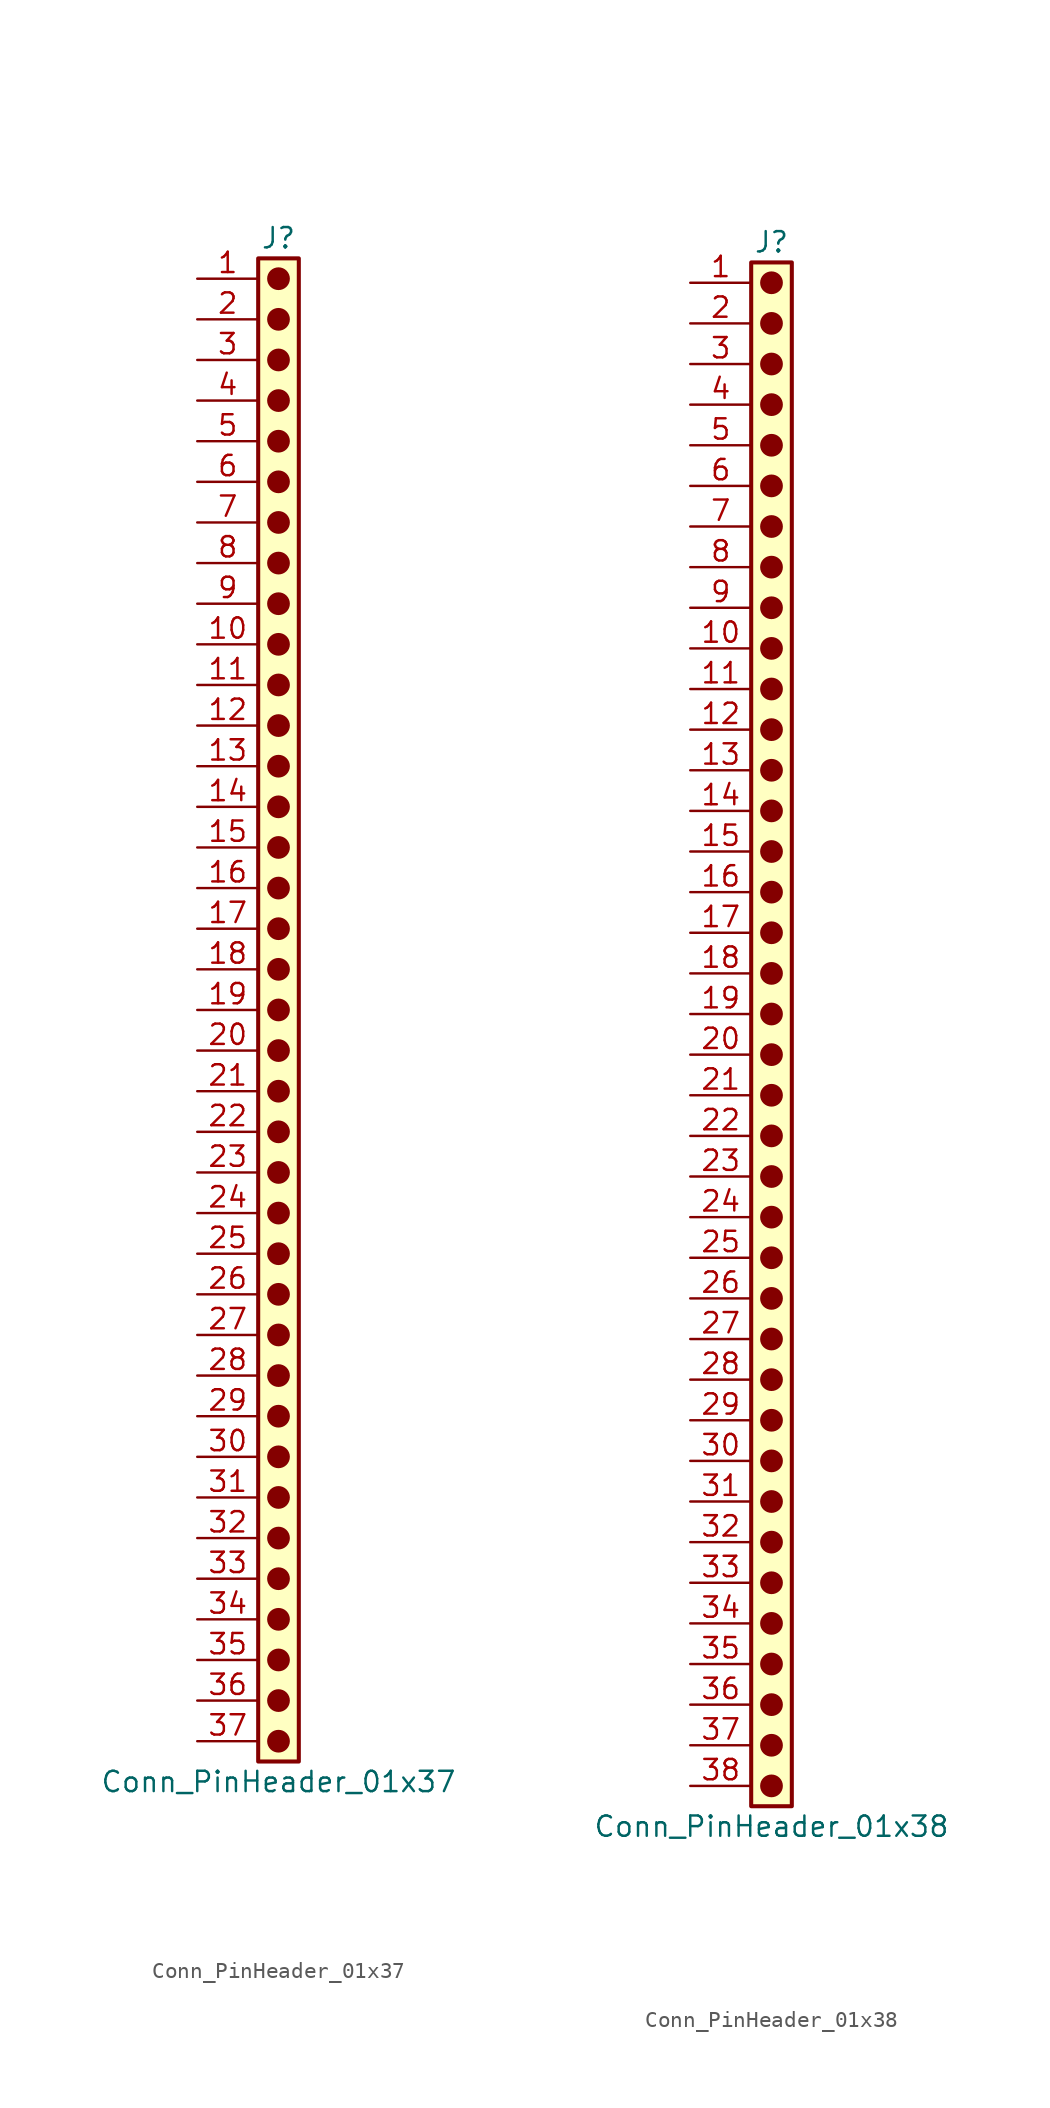
<source format=kicad_sym>
(kicad_symbol_lib
  (version 20241209)
  (generator "kicad_symbol_editor")
  (generator_version "9.0")
  (symbol "Conn_PinHeader_01x37"
    (pin_names
      (offset 1.016)
      (hide yes))
    (property "Reference" "J"
      (at 0 48.26 0)
      (effects (font (size 1.27 1.27))))
    (property "Value" "Conn_PinHeader_01x37"
      (at 0 -48.26 0)
      (effects (font (size 1.27 1.27))))
    (symbol "Conn_PinHeader_01x37_1_1"
      (rectangle (start -1.27 46.99) (end 1.27 -46.99) (stroke (width 0.254) (type default)) (fill (type background)))
      (circle (center 0 45.72) (radius 0.635) (stroke (width 0) (type solid) (color 132 0 0 1)) (fill (type outline)))
      (circle (center 0 43.18) (radius 0.635) (stroke (width 0) (type solid) (color 132 0 0 1)) (fill (type outline)))
      (circle (center 0 40.64) (radius 0.635) (stroke (width 0) (type solid) (color 132 0 0 1)) (fill (type outline)))
      (circle (center 0 38.1) (radius 0.635) (stroke (width 0) (type solid) (color 132 0 0 1)) (fill (type outline)))
      (circle (center 0 35.56) (radius 0.635) (stroke (width 0) (type solid) (color 132 0 0 1)) (fill (type outline)))
      (circle (center 0 33.02) (radius 0.635) (stroke (width 0) (type solid) (color 132 0 0 1)) (fill (type outline)))
      (circle (center 0 30.48) (radius 0.635) (stroke (width 0) (type solid) (color 132 0 0 1)) (fill (type outline)))
      (circle (center 0 27.94) (radius 0.635) (stroke (width 0) (type solid) (color 132 0 0 1)) (fill (type outline)))
      (circle (center 0 25.4) (radius 0.635) (stroke (width 0) (type solid) (color 132 0 0 1)) (fill (type outline)))
      (circle (center 0 22.86) (radius 0.635) (stroke (width 0) (type solid) (color 132 0 0 1)) (fill (type outline)))
      (circle (center 0 20.32) (radius 0.635) (stroke (width 0) (type solid) (color 132 0 0 1)) (fill (type outline)))
      (circle (center 0 17.78) (radius 0.635) (stroke (width 0) (type solid) (color 132 0 0 1)) (fill (type outline)))
      (circle (center 0 15.24) (radius 0.635) (stroke (width 0) (type solid) (color 132 0 0 1)) (fill (type outline)))
      (circle (center 0 12.7) (radius 0.635) (stroke (width 0) (type solid) (color 132 0 0 1)) (fill (type outline)))
      (circle (center 0 10.16) (radius 0.635) (stroke (width 0) (type solid) (color 132 0 0 1)) (fill (type outline)))
      (circle (center 0 7.62) (radius 0.635) (stroke (width 0) (type solid) (color 132 0 0 1)) (fill (type outline)))
      (circle (center 0 5.08) (radius 0.635) (stroke (width 0) (type solid) (color 132 0 0 1)) (fill (type outline)))
      (circle (center 0 2.54) (radius 0.635) (stroke (width 0) (type solid) (color 132 0 0 1)) (fill (type outline)))
      (circle (center 0 0) (radius 0.635) (stroke (width 0) (type solid) (color 132 0 0 1)) (fill (type outline)))
      (circle (center 0 -2.54) (radius 0.635) (stroke (width 0) (type solid) (color 132 0 0 1)) (fill (type outline)))
      (circle (center 0 -5.08) (radius 0.635) (stroke (width 0) (type solid) (color 132 0 0 1)) (fill (type outline)))
      (circle (center 0 -7.62) (radius 0.635) (stroke (width 0) (type solid) (color 132 0 0 1)) (fill (type outline)))
      (circle (center 0 -10.16) (radius 0.635) (stroke (width 0) (type solid) (color 132 0 0 1)) (fill (type outline)))
      (circle (center 0 -12.7) (radius 0.635) (stroke (width 0) (type solid) (color 132 0 0 1)) (fill (type outline)))
      (circle (center 0 -15.24) (radius 0.635) (stroke (width 0) (type solid) (color 132 0 0 1)) (fill (type outline)))
      (circle (center 0 -17.78) (radius 0.635) (stroke (width 0) (type solid) (color 132 0 0 1)) (fill (type outline)))
      (circle (center 0 -20.32) (radius 0.635) (stroke (width 0) (type solid) (color 132 0 0 1)) (fill (type outline)))
      (circle (center 0 -22.86) (radius 0.635) (stroke (width 0) (type solid) (color 132 0 0 1)) (fill (type outline)))
      (circle (center 0 -25.4) (radius 0.635) (stroke (width 0) (type solid) (color 132 0 0 1)) (fill (type outline)))
      (circle (center 0 -27.94) (radius 0.635) (stroke (width 0) (type solid) (color 132 0 0 1)) (fill (type outline)))
      (circle (center 0 -30.48) (radius 0.635) (stroke (width 0) (type solid) (color 132 0 0 1)) (fill (type outline)))
      (circle (center 0 -33.02) (radius 0.635) (stroke (width 0) (type solid) (color 132 0 0 1)) (fill (type outline)))
      (circle (center 0 -35.56) (radius 0.635) (stroke (width 0) (type solid) (color 132 0 0 1)) (fill (type outline)))
      (circle (center 0 -38.1) (radius 0.635) (stroke (width 0) (type solid) (color 132 0 0 1)) (fill (type outline)))
      (circle (center 0 -40.64) (radius 0.635) (stroke (width 0) (type solid) (color 132 0 0 1)) (fill (type outline)))
      (circle (center 0 -43.18) (radius 0.635) (stroke (width 0) (type solid) (color 132 0 0 1)) (fill (type outline)))
      (circle (center 0 -45.72) (radius 0.635) (stroke (width 0) (type solid) (color 132 0 0 1)) (fill (type outline)))
      (pin passive line (at -5.08 45.72 0) (length 3.81) (name "Pin_1" (effects (font (size 1.27 1.27)))) (number "1" (effects (font (size 1.27 1.27)))))
      (pin passive line (at -5.08 43.18 0) (length 3.81) (name "Pin_2" (effects (font (size 1.27 1.27)))) (number "2" (effects (font (size 1.27 1.27)))))
      (pin passive line (at -5.08 40.64 0) (length 3.81) (name "Pin_3" (effects (font (size 1.27 1.27)))) (number "3" (effects (font (size 1.27 1.27)))))
      (pin passive line (at -5.08 38.1 0) (length 3.81) (name "Pin_4" (effects (font (size 1.27 1.27)))) (number "4" (effects (font (size 1.27 1.27)))))
      (pin passive line (at -5.08 35.56 0) (length 3.81) (name "Pin_5" (effects (font (size 1.27 1.27)))) (number "5" (effects (font (size 1.27 1.27)))))
      (pin passive line (at -5.08 33.02 0) (length 3.81) (name "Pin_6" (effects (font (size 1.27 1.27)))) (number "6" (effects (font (size 1.27 1.27)))))
      (pin passive line (at -5.08 30.48 0) (length 3.81) (name "Pin_7" (effects (font (size 1.27 1.27)))) (number "7" (effects (font (size 1.27 1.27)))))
      (pin passive line (at -5.08 27.94 0) (length 3.81) (name "Pin_8" (effects (font (size 1.27 1.27)))) (number "8" (effects (font (size 1.27 1.27)))))
      (pin passive line (at -5.08 25.4 0) (length 3.81) (name "Pin_9" (effects (font (size 1.27 1.27)))) (number "9" (effects (font (size 1.27 1.27)))))
      (pin passive line (at -5.08 22.86 0) (length 3.81) (name "Pin_10" (effects (font (size 1.27 1.27)))) (number "10" (effects (font (size 1.27 1.27)))))
      (pin passive line (at -5.08 20.32 0) (length 3.81) (name "Pin_11" (effects (font (size 1.27 1.27)))) (number "11" (effects (font (size 1.27 1.27)))))
      (pin passive line (at -5.08 17.78 0) (length 3.81) (name "Pin_12" (effects (font (size 1.27 1.27)))) (number "12" (effects (font (size 1.27 1.27)))))
      (pin passive line (at -5.08 15.24 0) (length 3.81) (name "Pin_13" (effects (font (size 1.27 1.27)))) (number "13" (effects (font (size 1.27 1.27)))))
      (pin passive line (at -5.08 12.7 0) (length 3.81) (name "Pin_14" (effects (font (size 1.27 1.27)))) (number "14" (effects (font (size 1.27 1.27)))))
      (pin passive line (at -5.08 10.16 0) (length 3.81) (name "Pin_15" (effects (font (size 1.27 1.27)))) (number "15" (effects (font (size 1.27 1.27)))))
      (pin passive line (at -5.08 7.62 0) (length 3.81) (name "Pin_16" (effects (font (size 1.27 1.27)))) (number "16" (effects (font (size 1.27 1.27)))))
      (pin passive line (at -5.08 5.08 0) (length 3.81) (name "Pin_17" (effects (font (size 1.27 1.27)))) (number "17" (effects (font (size 1.27 1.27)))))
      (pin passive line (at -5.08 2.54 0) (length 3.81) (name "Pin_18" (effects (font (size 1.27 1.27)))) (number "18" (effects (font (size 1.27 1.27)))))
      (pin passive line (at -5.08 0 0) (length 3.81) (name "Pin_19" (effects (font (size 1.27 1.27)))) (number "19" (effects (font (size 1.27 1.27)))))
      (pin passive line (at -5.08 -2.54 0) (length 3.81) (name "Pin_20" (effects (font (size 1.27 1.27)))) (number "20" (effects (font (size 1.27 1.27)))))
      (pin passive line (at -5.08 -5.08 0) (length 3.81) (name "Pin_21" (effects (font (size 1.27 1.27)))) (number "21" (effects (font (size 1.27 1.27)))))
      (pin passive line (at -5.08 -7.62 0) (length 3.81) (name "Pin_22" (effects (font (size 1.27 1.27)))) (number "22" (effects (font (size 1.27 1.27)))))
      (pin passive line (at -5.08 -10.16 0) (length 3.81) (name "Pin_23" (effects (font (size 1.27 1.27)))) (number "23" (effects (font (size 1.27 1.27)))))
      (pin passive line (at -5.08 -12.7 0) (length 3.81) (name "Pin_24" (effects (font (size 1.27 1.27)))) (number "24" (effects (font (size 1.27 1.27)))))
      (pin passive line (at -5.08 -15.24 0) (length 3.81) (name "Pin_25" (effects (font (size 1.27 1.27)))) (number "25" (effects (font (size 1.27 1.27)))))
      (pin passive line (at -5.08 -17.78 0) (length 3.81) (name "Pin_26" (effects (font (size 1.27 1.27)))) (number "26" (effects (font (size 1.27 1.27)))))
      (pin passive line (at -5.08 -20.32 0) (length 3.81) (name "Pin_27" (effects (font (size 1.27 1.27)))) (number "27" (effects (font (size 1.27 1.27)))))
      (pin passive line (at -5.08 -22.86 0) (length 3.81) (name "Pin_28" (effects (font (size 1.27 1.27)))) (number "28" (effects (font (size 1.27 1.27)))))
      (pin passive line (at -5.08 -25.4 0) (length 3.81) (name "Pin_29" (effects (font (size 1.27 1.27)))) (number "29" (effects (font (size 1.27 1.27)))))
      (pin passive line (at -5.08 -27.94 0) (length 3.81) (name "Pin_30" (effects (font (size 1.27 1.27)))) (number "30" (effects (font (size 1.27 1.27)))))
      (pin passive line (at -5.08 -30.48 0) (length 3.81) (name "Pin_31" (effects (font (size 1.27 1.27)))) (number "31" (effects (font (size 1.27 1.27)))))
      (pin passive line (at -5.08 -33.02 0) (length 3.81) (name "Pin_32" (effects (font (size 1.27 1.27)))) (number "32" (effects (font (size 1.27 1.27)))))
      (pin passive line (at -5.08 -35.56 0) (length 3.81) (name "Pin_33" (effects (font (size 1.27 1.27)))) (number "33" (effects (font (size 1.27 1.27)))))
      (pin passive line (at -5.08 -38.1 0) (length 3.81) (name "Pin_34" (effects (font (size 1.27 1.27)))) (number "34" (effects (font (size 1.27 1.27)))))
      (pin passive line (at -5.08 -40.64 0) (length 3.81) (name "Pin_35" (effects (font (size 1.27 1.27)))) (number "35" (effects (font (size 1.27 1.27)))))
      (pin passive line (at -5.08 -43.18 0) (length 3.81) (name "Pin_36" (effects (font (size 1.27 1.27)))) (number "36" (effects (font (size 1.27 1.27)))))
      (pin passive line (at -5.08 -45.72 0) (length 3.81) (name "Pin_37" (effects (font (size 1.27 1.27)))) (number "37" (effects (font (size 1.27 1.27)))))))
  (symbol "Conn_PinHeader_01x38"
    (pin_names
      (offset 1.016)
      (hide yes))
    (property "Reference" "J"
      (at 0 48.26 0)
      (effects (font (size 1.27 1.27))))
    (property "Value" "Conn_PinHeader_01x38"
      (at 0 -50.8 0)
      (effects (font (size 1.27 1.27))))
    (symbol "Conn_PinHeader_01x38_1_1"
      (rectangle (start -1.27 46.99) (end 1.27 -49.53) (stroke (width 0.254) (type default)) (fill (type background)))
      (circle (center 0 45.72) (radius 0.635) (stroke (width 0) (type solid) (color 132 0 0 1)) (fill (type outline)))
      (circle (center 0 43.18) (radius 0.635) (stroke (width 0) (type solid) (color 132 0 0 1)) (fill (type outline)))
      (circle (center 0 40.64) (radius 0.635) (stroke (width 0) (type solid) (color 132 0 0 1)) (fill (type outline)))
      (circle (center 0 38.1) (radius 0.635) (stroke (width 0) (type solid) (color 132 0 0 1)) (fill (type outline)))
      (circle (center 0 35.56) (radius 0.635) (stroke (width 0) (type solid) (color 132 0 0 1)) (fill (type outline)))
      (circle (center 0 33.02) (radius 0.635) (stroke (width 0) (type solid) (color 132 0 0 1)) (fill (type outline)))
      (circle (center 0 30.48) (radius 0.635) (stroke (width 0) (type solid) (color 132 0 0 1)) (fill (type outline)))
      (circle (center 0 27.94) (radius 0.635) (stroke (width 0) (type solid) (color 132 0 0 1)) (fill (type outline)))
      (circle (center 0 25.4) (radius 0.635) (stroke (width 0) (type solid) (color 132 0 0 1)) (fill (type outline)))
      (circle (center 0 22.86) (radius 0.635) (stroke (width 0) (type solid) (color 132 0 0 1)) (fill (type outline)))
      (circle (center 0 20.32) (radius 0.635) (stroke (width 0) (type solid) (color 132 0 0 1)) (fill (type outline)))
      (circle (center 0 17.78) (radius 0.635) (stroke (width 0) (type solid) (color 132 0 0 1)) (fill (type outline)))
      (circle (center 0 15.24) (radius 0.635) (stroke (width 0) (type solid) (color 132 0 0 1)) (fill (type outline)))
      (circle (center 0 12.7) (radius 0.635) (stroke (width 0) (type solid) (color 132 0 0 1)) (fill (type outline)))
      (circle (center 0 10.16) (radius 0.635) (stroke (width 0) (type solid) (color 132 0 0 1)) (fill (type outline)))
      (circle (center 0 7.62) (radius 0.635) (stroke (width 0) (type solid) (color 132 0 0 1)) (fill (type outline)))
      (circle (center 0 5.08) (radius 0.635) (stroke (width 0) (type solid) (color 132 0 0 1)) (fill (type outline)))
      (circle (center 0 2.54) (radius 0.635) (stroke (width 0) (type solid) (color 132 0 0 1)) (fill (type outline)))
      (circle (center 0 0) (radius 0.635) (stroke (width 0) (type solid) (color 132 0 0 1)) (fill (type outline)))
      (circle (center 0 -2.54) (radius 0.635) (stroke (width 0) (type solid) (color 132 0 0 1)) (fill (type outline)))
      (circle (center 0 -5.08) (radius 0.635) (stroke (width 0) (type solid) (color 132 0 0 1)) (fill (type outline)))
      (circle (center 0 -7.62) (radius 0.635) (stroke (width 0) (type solid) (color 132 0 0 1)) (fill (type outline)))
      (circle (center 0 -10.16) (radius 0.635) (stroke (width 0) (type solid) (color 132 0 0 1)) (fill (type outline)))
      (circle (center 0 -12.7) (radius 0.635) (stroke (width 0) (type solid) (color 132 0 0 1)) (fill (type outline)))
      (circle (center 0 -15.24) (radius 0.635) (stroke (width 0) (type solid) (color 132 0 0 1)) (fill (type outline)))
      (circle (center 0 -17.78) (radius 0.635) (stroke (width 0) (type solid) (color 132 0 0 1)) (fill (type outline)))
      (circle (center 0 -20.32) (radius 0.635) (stroke (width 0) (type solid) (color 132 0 0 1)) (fill (type outline)))
      (circle (center 0 -22.86) (radius 0.635) (stroke (width 0) (type solid) (color 132 0 0 1)) (fill (type outline)))
      (circle (center 0 -25.4) (radius 0.635) (stroke (width 0) (type solid) (color 132 0 0 1)) (fill (type outline)))
      (circle (center 0 -27.94) (radius 0.635) (stroke (width 0) (type solid) (color 132 0 0 1)) (fill (type outline)))
      (circle (center 0 -30.48) (radius 0.635) (stroke (width 0) (type solid) (color 132 0 0 1)) (fill (type outline)))
      (circle (center 0 -33.02) (radius 0.635) (stroke (width 0) (type solid) (color 132 0 0 1)) (fill (type outline)))
      (circle (center 0 -35.56) (radius 0.635) (stroke (width 0) (type solid) (color 132 0 0 1)) (fill (type outline)))
      (circle (center 0 -38.1) (radius 0.635) (stroke (width 0) (type solid) (color 132 0 0 1)) (fill (type outline)))
      (circle (center 0 -40.64) (radius 0.635) (stroke (width 0) (type solid) (color 132 0 0 1)) (fill (type outline)))
      (circle (center 0 -43.18) (radius 0.635) (stroke (width 0) (type solid) (color 132 0 0 1)) (fill (type outline)))
      (circle (center 0 -45.72) (radius 0.635) (stroke (width 0) (type solid) (color 132 0 0 1)) (fill (type outline)))
      (circle (center 0 -48.26) (radius 0.635) (stroke (width 0) (type solid) (color 132 0 0 1)) (fill (type outline)))
      (pin passive line (at -5.08 45.72 0) (length 3.81) (name "Pin_1" (effects (font (size 1.27 1.27)))) (number "1" (effects (font (size 1.27 1.27)))))
      (pin passive line (at -5.08 43.18 0) (length 3.81) (name "Pin_2" (effects (font (size 1.27 1.27)))) (number "2" (effects (font (size 1.27 1.27)))))
      (pin passive line (at -5.08 40.64 0) (length 3.81) (name "Pin_3" (effects (font (size 1.27 1.27)))) (number "3" (effects (font (size 1.27 1.27)))))
      (pin passive line (at -5.08 38.1 0) (length 3.81) (name "Pin_4" (effects (font (size 1.27 1.27)))) (number "4" (effects (font (size 1.27 1.27)))))
      (pin passive line (at -5.08 35.56 0) (length 3.81) (name "Pin_5" (effects (font (size 1.27 1.27)))) (number "5" (effects (font (size 1.27 1.27)))))
      (pin passive line (at -5.08 33.02 0) (length 3.81) (name "Pin_6" (effects (font (size 1.27 1.27)))) (number "6" (effects (font (size 1.27 1.27)))))
      (pin passive line (at -5.08 30.48 0) (length 3.81) (name "Pin_7" (effects (font (size 1.27 1.27)))) (number "7" (effects (font (size 1.27 1.27)))))
      (pin passive line (at -5.08 27.94 0) (length 3.81) (name "Pin_8" (effects (font (size 1.27 1.27)))) (number "8" (effects (font (size 1.27 1.27)))))
      (pin passive line (at -5.08 25.4 0) (length 3.81) (name "Pin_9" (effects (font (size 1.27 1.27)))) (number "9" (effects (font (size 1.27 1.27)))))
      (pin passive line (at -5.08 22.86 0) (length 3.81) (name "Pin_10" (effects (font (size 1.27 1.27)))) (number "10" (effects (font (size 1.27 1.27)))))
      (pin passive line (at -5.08 20.32 0) (length 3.81) (name "Pin_11" (effects (font (size 1.27 1.27)))) (number "11" (effects (font (size 1.27 1.27)))))
      (pin passive line (at -5.08 17.78 0) (length 3.81) (name "Pin_12" (effects (font (size 1.27 1.27)))) (number "12" (effects (font (size 1.27 1.27)))))
      (pin passive line (at -5.08 15.24 0) (length 3.81) (name "Pin_13" (effects (font (size 1.27 1.27)))) (number "13" (effects (font (size 1.27 1.27)))))
      (pin passive line (at -5.08 12.7 0) (length 3.81) (name "Pin_14" (effects (font (size 1.27 1.27)))) (number "14" (effects (font (size 1.27 1.27)))))
      (pin passive line (at -5.08 10.16 0) (length 3.81) (name "Pin_15" (effects (font (size 1.27 1.27)))) (number "15" (effects (font (size 1.27 1.27)))))
      (pin passive line (at -5.08 7.62 0) (length 3.81) (name "Pin_16" (effects (font (size 1.27 1.27)))) (number "16" (effects (font (size 1.27 1.27)))))
      (pin passive line (at -5.08 5.08 0) (length 3.81) (name "Pin_17" (effects (font (size 1.27 1.27)))) (number "17" (effects (font (size 1.27 1.27)))))
      (pin passive line (at -5.08 2.54 0) (length 3.81) (name "Pin_18" (effects (font (size 1.27 1.27)))) (number "18" (effects (font (size 1.27 1.27)))))
      (pin passive line (at -5.08 0 0) (length 3.81) (name "Pin_19" (effects (font (size 1.27 1.27)))) (number "19" (effects (font (size 1.27 1.27)))))
      (pin passive line (at -5.08 -2.54 0) (length 3.81) (name "Pin_20" (effects (font (size 1.27 1.27)))) (number "20" (effects (font (size 1.27 1.27)))))
      (pin passive line (at -5.08 -5.08 0) (length 3.81) (name "Pin_21" (effects (font (size 1.27 1.27)))) (number "21" (effects (font (size 1.27 1.27)))))
      (pin passive line (at -5.08 -7.62 0) (length 3.81) (name "Pin_22" (effects (font (size 1.27 1.27)))) (number "22" (effects (font (size 1.27 1.27)))))
      (pin passive line (at -5.08 -10.16 0) (length 3.81) (name "Pin_23" (effects (font (size 1.27 1.27)))) (number "23" (effects (font (size 1.27 1.27)))))
      (pin passive line (at -5.08 -12.7 0) (length 3.81) (name "Pin_24" (effects (font (size 1.27 1.27)))) (number "24" (effects (font (size 1.27 1.27)))))
      (pin passive line (at -5.08 -15.24 0) (length 3.81) (name "Pin_25" (effects (font (size 1.27 1.27)))) (number "25" (effects (font (size 1.27 1.27)))))
      (pin passive line (at -5.08 -17.78 0) (length 3.81) (name "Pin_26" (effects (font (size 1.27 1.27)))) (number "26" (effects (font (size 1.27 1.27)))))
      (pin passive line (at -5.08 -20.32 0) (length 3.81) (name "Pin_27" (effects (font (size 1.27 1.27)))) (number "27" (effects (font (size 1.27 1.27)))))
      (pin passive line (at -5.08 -22.86 0) (length 3.81) (name "Pin_28" (effects (font (size 1.27 1.27)))) (number "28" (effects (font (size 1.27 1.27)))))
      (pin passive line (at -5.08 -25.4 0) (length 3.81) (name "Pin_29" (effects (font (size 1.27 1.27)))) (number "29" (effects (font (size 1.27 1.27)))))
      (pin passive line (at -5.08 -27.94 0) (length 3.81) (name "Pin_30" (effects (font (size 1.27 1.27)))) (number "30" (effects (font (size 1.27 1.27)))))
      (pin passive line (at -5.08 -30.48 0) (length 3.81) (name "Pin_31" (effects (font (size 1.27 1.27)))) (number "31" (effects (font (size 1.27 1.27)))))
      (pin passive line (at -5.08 -33.02 0) (length 3.81) (name "Pin_32" (effects (font (size 1.27 1.27)))) (number "32" (effects (font (size 1.27 1.27)))))
      (pin passive line (at -5.08 -35.56 0) (length 3.81) (name "Pin_33" (effects (font (size 1.27 1.27)))) (number "33" (effects (font (size 1.27 1.27)))))
      (pin passive line (at -5.08 -38.1 0) (length 3.81) (name "Pin_34" (effects (font (size 1.27 1.27)))) (number "34" (effects (font (size 1.27 1.27)))))
      (pin passive line (at -5.08 -40.64 0) (length 3.81) (name "Pin_35" (effects (font (size 1.27 1.27)))) (number "35" (effects (font (size 1.27 1.27)))))
      (pin passive line (at -5.08 -43.18 0) (length 3.81) (name "Pin_36" (effects (font (size 1.27 1.27)))) (number "36" (effects (font (size 1.27 1.27)))))
      (pin passive line (at -5.08 -45.72 0) (length 3.81) (name "Pin_37" (effects (font (size 1.27 1.27)))) (number "37" (effects (font (size 1.27 1.27)))))
      (pin passive line (at -5.08 -48.26 0) (length 3.81) (name "Pin_38" (effects (font (size 1.27 1.27)))) (number "38" (effects (font (size 1.27 1.27))))))))
</source>
